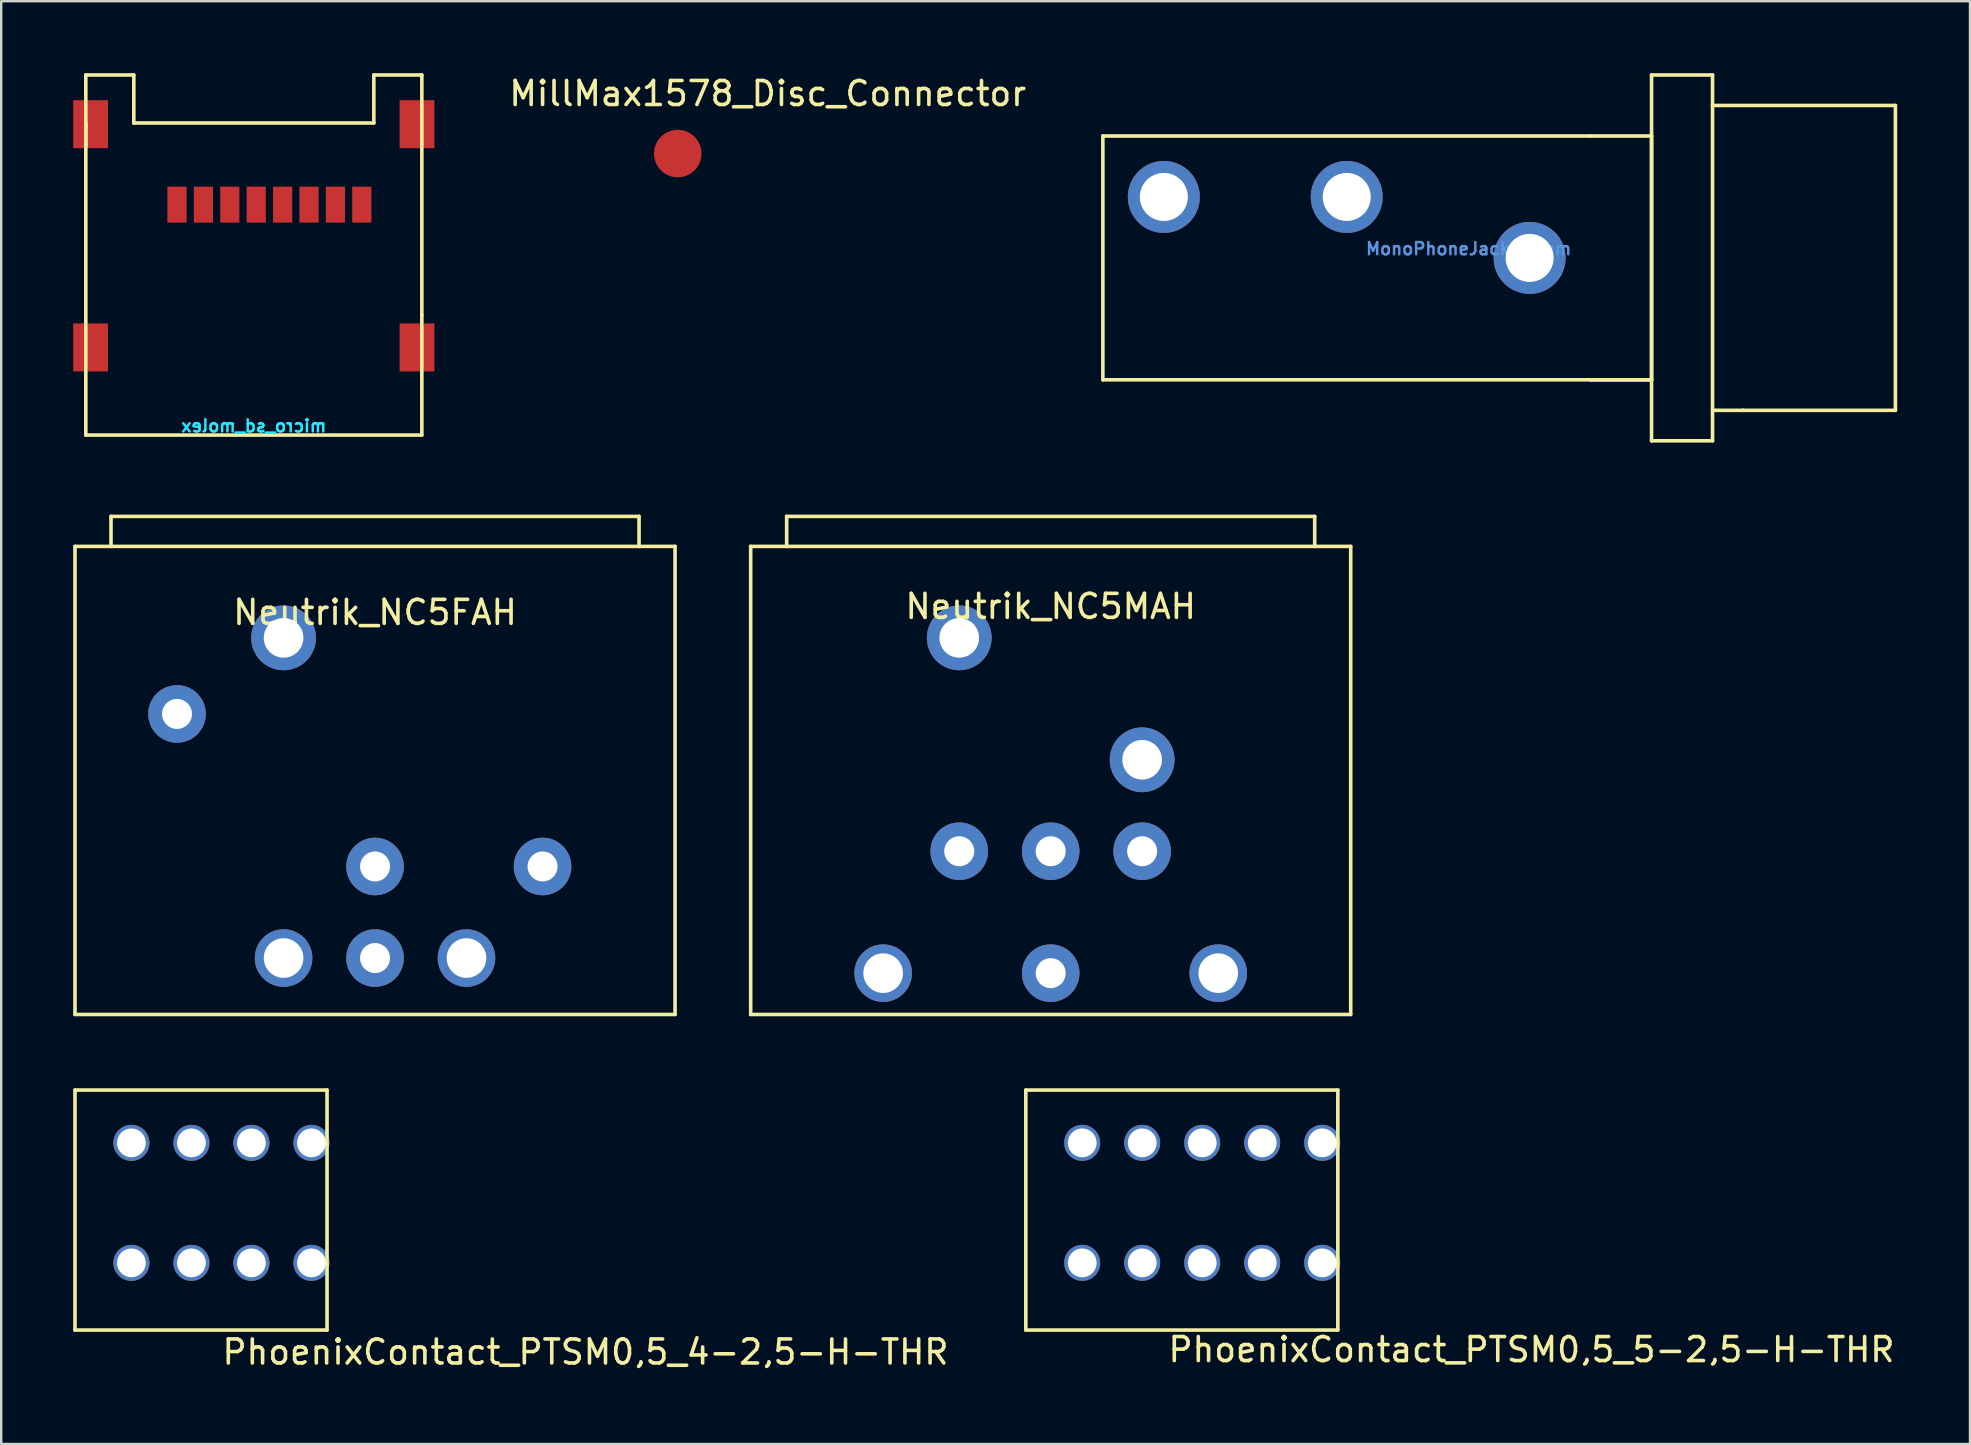
<source format=kicad_pcb>
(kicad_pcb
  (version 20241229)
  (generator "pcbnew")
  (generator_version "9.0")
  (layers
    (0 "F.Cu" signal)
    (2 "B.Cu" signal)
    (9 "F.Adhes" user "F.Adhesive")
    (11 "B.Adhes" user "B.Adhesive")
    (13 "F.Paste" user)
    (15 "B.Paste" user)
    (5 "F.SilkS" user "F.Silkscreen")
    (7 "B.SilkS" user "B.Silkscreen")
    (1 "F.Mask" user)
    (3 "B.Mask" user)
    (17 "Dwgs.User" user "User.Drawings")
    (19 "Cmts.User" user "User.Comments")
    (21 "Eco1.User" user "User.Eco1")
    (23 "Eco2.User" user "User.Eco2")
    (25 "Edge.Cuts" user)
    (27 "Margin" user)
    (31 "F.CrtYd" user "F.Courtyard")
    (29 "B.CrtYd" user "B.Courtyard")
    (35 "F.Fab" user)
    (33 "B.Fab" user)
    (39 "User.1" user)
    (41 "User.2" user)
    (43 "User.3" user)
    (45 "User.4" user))
  (footprint "micro_sd_molex"
    (layer "F.Cu")
    (at 7.525 15.075)
    (property "Reference" "micro_sd_molex" (at 0 -0.381 0) (layer "B.CrtYd") (effects (font (size 0.508 0.508) (thickness 0.102)) (justify mirror)))
    (attr smd)
    (fp_line (start -7 -15) (end -7 -12) (stroke (width 0.15) (type solid)) (layer "F.SilkS"))
    (fp_line (start -7 -13) (end -7 0) (stroke (width 0.15) (type solid)) (layer "F.SilkS"))
    (fp_line (start -7 0) (end 7 0) (stroke (width 0.15) (type solid)) (layer "F.SilkS"))
    (fp_line (start -5 -15) (end -7 -15) (stroke (width 0.15) (type solid)) (layer "F.SilkS"))
    (fp_line (start -5 -13) (end -5 -15) (stroke (width 0.15) (type solid)) (layer "F.SilkS"))
    (fp_line (start 5 -15) (end 5 -13) (stroke (width 0.15) (type solid)) (layer "F.SilkS"))
    (fp_line (start 5 -13) (end -5 -13) (stroke (width 0.15) (type solid)) (layer "F.SilkS"))
    (fp_line (start 7 -15) (end 5 -15) (stroke (width 0.15) (type solid)) (layer "F.SilkS"))
    (fp_line (start 7 -5) (end 7 -15) (stroke (width 0.15) (type solid)) (layer "F.SilkS"))
    (fp_line (start 7 0) (end 7 -5) (stroke (width 0.15) (type solid)) (layer "F.SilkS"))
    (pad "1" smd rect (at 4.5 -9.6) (size 0.8 1.5) (layers "F.Cu" "F.Mask" "F.Paste"))
    (pad "2" smd rect (at 3.4 -9.6) (size 0.8 1.5) (layers "F.Cu" "F.Mask" "F.Paste"))
    (pad "3" smd rect (at 2.3 -9.6) (size 0.8 1.5) (layers "F.Cu" "F.Mask" "F.Paste"))
    (pad "4" smd rect (at 1.2 -9.6) (size 0.8 1.5) (layers "F.Cu" "F.Mask" "F.Paste"))
    (pad "5" smd rect (at 0.1 -9.6) (size 0.8 1.5) (layers "F.Cu" "F.Mask" "F.Paste"))
    (pad "6" smd rect (at -1 -9.6) (size 0.8 1.5) (layers "F.Cu" "F.Mask" "F.Paste"))
    (pad "7" smd rect (at -2.1 -9.6) (size 0.8 1.5) (layers "F.Cu" "F.Mask" "F.Paste"))
    (pad "8" smd rect (at -3.2 -9.6) (size 0.8 1.5) (layers "F.Cu" "F.Mask" "F.Paste"))
    (pad "14" smd rect (at -6.8 -12.95) (size 1.45 2) (layers "F.Cu" "F.Mask" "F.Paste"))
    (pad "14" smd rect (at -6.8 -3.65) (size 1.45 2) (layers "F.Cu" "F.Mask" "F.Paste"))
    (pad "14" smd rect (at 6.8 -12.95) (size 1.45 2) (layers "F.Cu" "F.Mask" "F.Paste"))
    (pad "14" smd rect (at 6.8 -3.65) (size 1.45 2) (layers "F.Cu" "F.Mask" "F.Paste")))
  (footprint "Neutrik_NC5FAH"
    (layer "F.Cu")
    (at 12.575 29.465)
    (property "Reference" "Neutrik_NC5FAH" (at 0 -7 180) (layer "F.SilkS") (effects (font (size 1 1) (thickness 0.15))))
    (attr through_hole)
    (fp_line (start -12.5 -9.75) (end 12.5 -9.75) (stroke (width 0.15) (type solid)) (layer "F.SilkS"))
    (fp_line (start -12.5 9.75) (end -12.5 -9.75) (stroke (width 0.15) (type solid)) (layer "F.SilkS"))
    (fp_line (start -12.5 9.75) (end 12.5 9.75) (stroke (width 0.15) (type solid)) (layer "F.SilkS"))
    (fp_line (start -11 -11) (end -11 -9.75) (stroke (width 0.15) (type solid)) (layer "F.SilkS"))
    (fp_line (start 11 -11) (end -11 -11) (stroke (width 0.15) (type solid)) (layer "F.SilkS"))
    (fp_line (start 11 -11) (end 11 -9.75) (stroke (width 0.15) (type solid)) (layer "F.SilkS"))
    (fp_line (start 12.5 -9.75) (end 12.5 9.75) (stroke (width 0.15) (type solid)) (layer "F.SilkS"))
    (pad "" np_thru_hole circle (at -3.81 -5.94) (size 2.7 2.7) (drill 1.65) (layers "*.Cu" "*.Mask"))
    (pad "1" thru_hole circle (at -3.81 7.4) (size 2.4 2.4) (drill 1.65) (layers "*.Cu" "*.Mask"))
    (pad "2" thru_hole circle (at 0 3.585) (size 2.4 2.4) (drill 1.25) (layers "*.Cu" "*.Mask"))
    (pad "3" thru_hole circle (at 0 7.4) (size 2.4 2.4) (drill 1.25) (layers "*.Cu" "*.Mask"))
    (pad "4" thru_hole circle (at 6.98 3.585) (size 2.4 2.4) (drill 1.25) (layers "*.Cu" "*.Mask"))
    (pad "5" thru_hole circle (at 3.81 7.4) (size 2.4 2.4) (drill 1.65) (layers "*.Cu" "*.Mask"))
    (pad "6" thru_hole circle (at -8.25 -2.77) (size 2.4 2.4) (drill 1.25) (layers "*.Cu" "*.Mask")))
  (footprint "MillMax1578_Disc_Connector"
    (layer "F.Cu")
    (at 25.187 3.348)
    (property "Reference" "MillMax1578_Disc_Connector" (at 3.75 -2.5 0) (layer "F.SilkS") (effects (font (size 1 1) (thickness 0.15))))
    (attr smd)
    (pad "1" smd circle (at 0 0) (size 1.98 1.98) (layers "F.Cu" "F.Mask" "F.Paste")))
  (footprint "MonoPhoneJack6.3mm"
    (layer "F.Cu")
    (at 58.139 7.695)
    (property "Reference" "MonoPhoneJack6.3mm" (at 0 -0.381 0) (layer "Cmts.User") (effects (font (size 0.508 0.508) (thickness 0.102))))
    (attr smd)
    (fp_line (start -15.24 -5.08) (end -15.24 5.08) (stroke (width 0.15) (type solid)) (layer "F.SilkS"))
    (fp_line (start -15.24 -5.08) (end 5.08 -5.08) (stroke (width 0.15) (type solid)) (layer "F.SilkS"))
    (fp_line (start -15.24 5.08) (end 5.08 5.08) (stroke (width 0.15) (type solid)) (layer "F.SilkS"))
    (fp_line (start 5.08 -5.08) (end 7.62 -5.08) (stroke (width 0.15) (type solid)) (layer "F.SilkS"))
    (fp_line (start 5.08 5.08) (end 7.62 5.08) (stroke (width 0.15) (type solid)) (layer "F.SilkS"))
    (fp_line (start 7.62 -7.62) (end 7.62 7.62) (stroke (width 0.15) (type solid)) (layer "F.SilkS"))
    (fp_line (start 7.62 -5.08) (end 7.62 5.08) (stroke (width 0.15) (type solid)) (layer "F.SilkS"))
    (fp_line (start 7.62 5.08) (end 5.08 5.08) (stroke (width 0.15) (type solid)) (layer "F.SilkS"))
    (fp_line (start 7.62 7.62) (end 10.16 7.62) (stroke (width 0.15) (type solid)) (layer "F.SilkS"))
    (fp_line (start 10.16 -7.62) (end 7.62 -7.62) (stroke (width 0.15) (type solid)) (layer "F.SilkS"))
    (fp_line (start 10.16 -6.35) (end 17.78 -6.35) (stroke (width 0.15) (type solid)) (layer "F.SilkS"))
    (fp_line (start 10.16 7.62) (end 10.16 -7.62) (stroke (width 0.15) (type solid)) (layer "F.SilkS"))
    (fp_line (start 11.43 6.35) (end 10.16 6.35) (stroke (width 0.15) (type solid)) (layer "F.SilkS"))
    (fp_line (start 17.78 -6.35) (end 17.78 6.35) (stroke (width 0.15) (type solid)) (layer "F.SilkS"))
    (fp_line (start 17.78 6.35) (end 11.43 6.35) (stroke (width 0.15) (type solid)) (layer "F.SilkS"))
    (pad "1" thru_hole circle (at 2.54 0) (size 3 3) (drill 2) (layers "*.Cu" "*.Mask"))
    (pad "2" thru_hole circle (at -12.7 -2.54) (size 3 3) (drill 2) (layers "*.Cu" "*.Mask"))
    (pad "3" thru_hole circle (at -5.08 -2.54) (size 3 3) (drill 2) (layers "*.Cu" "*.Mask")))
  (footprint "Neutrik_NC5MAH"
    (layer "F.Cu")
    (at 40.725 29.215)
    (property "Reference" "Neutrik_NC5MAH" (at 0 -7 180) (layer "F.SilkS") (effects (font (size 1 1) (thickness 0.15))))
    (attr through_hole)
    (fp_line (start -12.5 -9.5) (end 12.5 -9.5) (stroke (width 0.15) (type solid)) (layer "F.SilkS"))
    (fp_line (start -12.5 10) (end -12.5 -9.5) (stroke (width 0.15) (type solid)) (layer "F.SilkS"))
    (fp_line (start -12.5 10) (end 12.5 10) (stroke (width 0.15) (type solid)) (layer "F.SilkS"))
    (fp_line (start -11 -10.75) (end -11 -9.5) (stroke (width 0.15) (type solid)) (layer "F.SilkS"))
    (fp_line (start 11 -10.75) (end -11 -10.75) (stroke (width 0.15) (type solid)) (layer "F.SilkS"))
    (fp_line (start 11 -10.75) (end 11 -9.5) (stroke (width 0.15) (type solid)) (layer "F.SilkS"))
    (fp_line (start 12.5 -9.5) (end 12.5 10) (stroke (width 0.15) (type solid)) (layer "F.SilkS"))
    (pad "" np_thru_hole circle (at -3.81 -5.69) (size 2.7 2.7) (drill 1.65) (layers "*.Cu" "*.Mask"))
    (pad "" np_thru_hole circle (at 3.81 -0.61) (size 2.7 2.7) (drill 1.65) (layers "*.Cu" "*.Mask"))
    (pad "1" thru_hole circle (at -6.98 8.28) (size 2.4 2.4) (drill 1.65) (layers "*.Cu" "*.Mask"))
    (pad "2" thru_hole circle (at 3.81 3.2) (size 2.4 2.4) (drill 1.25) (layers "*.Cu" "*.Mask"))
    (pad "3" thru_hole circle (at 0 8.28) (size 2.4 2.4) (drill 1.25) (layers "*.Cu" "*.Mask"))
    (pad "4" thru_hole circle (at -3.81 3.2) (size 2.4 2.4) (drill 1.25) (layers "*.Cu" "*.Mask"))
    (pad "5" thru_hole circle (at 6.98 8.28) (size 2.4 2.4) (drill 1.65) (layers "*.Cu" "*.Mask"))
    (pad "6" thru_hole circle (at 0 3.2) (size 2.4 2.4) (drill 1.25) (layers "*.Cu" "*.Mask")))
  (footprint "PhoenixContact_PTSM0,5_5-2,5-H-THR"
    (layer "F.Cu")
    (at 47.038 47.065)
    (property "Reference" "PhoenixContact_PTSM0,5_5-2,5-H-THR" (at -1.5 6.7 0) (layer "F.SilkS") (effects (font (size 1 1) (thickness 0.15)) (justify left bottom)))
    (attr smd)
    (fp_line (start -7.35 -4.7) (end 5.65 -4.7) (stroke (width 0.15) (type solid)) (layer "F.SilkS"))
    (fp_line (start -7.35 5.3) (end -7.35 -4.7) (stroke (width 0.15) (type solid)) (layer "F.SilkS"))
    (fp_line (start -7.35 5.3) (end 5.65 5.3) (stroke (width 0.15) (type solid)) (layer "F.SilkS"))
    (fp_line (start 5.65 5.3) (end 5.65 -4.7) (stroke (width 0.15) (type solid)) (layer "F.SilkS"))
    (pad "1" thru_hole circle (at -5 -2.5) (size 1.5 1.5) (drill 1.2) (layers "*.Cu" "*.Mask"))
    (pad "1" thru_hole circle (at -5 2.5) (size 1.5 1.5) (drill 1.2) (layers "*.Cu" "*.Mask"))
    (pad "2" thru_hole circle (at -2.5 -2.5) (size 1.5 1.5) (drill 1.2) (layers "*.Cu" "*.Mask"))
    (pad "2" thru_hole circle (at -2.5 2.5) (size 1.5 1.5) (drill 1.2) (layers "*.Cu" "*.Mask"))
    (pad "3" thru_hole circle (at 0 -2.5) (size 1.5 1.5) (drill 1.2) (layers "*.Cu" "*.Mask"))
    (pad "3" thru_hole circle (at 0 2.5) (size 1.5 1.5) (drill 1.2) (layers "*.Cu" "*.Mask"))
    (pad "4" thru_hole circle (at 2.5 -2.5) (size 1.5 1.5) (drill 1.2) (layers "*.Cu" "*.Mask"))
    (pad "4" thru_hole circle (at 2.5 2.5) (size 1.5 1.5) (drill 1.2) (layers "*.Cu" "*.Mask"))
    (pad "5" thru_hole circle (at 5 -2.5) (size 1.5 1.5) (drill 1.2) (layers "*.Cu" "*.Mask"))
    (pad "5" thru_hole circle (at 5 2.5) (size 1.5 1.5) (drill 1.2) (layers "*.Cu" "*.Mask")))
  (footprint "PhoenixContact_PTSM0,5_4-2,5-H-THR"
    (layer "F.Cu")
    (at 6.125 47.065)
    (property "Reference" "PhoenixContact_PTSM0,5_4-2,5-H-THR" (at 0 6.8 0) (layer "F.SilkS") (effects (font (size 1 1) (thickness 0.15)) (justify left bottom)))
    (attr smd)
    (fp_line (start -6.05 -4.7) (end 4.45 -4.7) (stroke (width 0.15) (type solid)) (layer "F.SilkS"))
    (fp_line (start -6.05 5.3) (end -6.05 -4.7) (stroke (width 0.15) (type solid)) (layer "F.SilkS"))
    (fp_line (start -6.05 5.3) (end 4.45 5.3) (stroke (width 0.15) (type solid)) (layer "F.SilkS"))
    (fp_line (start 4.45 5.3) (end 4.45 -4.7) (stroke (width 0.15) (type solid)) (layer "F.SilkS"))
    (pad "1" thru_hole circle (at -3.7 -2.5) (size 1.5 1.5) (drill 1.2) (layers "*.Cu" "*.Mask"))
    (pad "1" thru_hole circle (at -3.7 2.5) (size 1.5 1.5) (drill 1.2) (layers "*.Cu" "*.Mask"))
    (pad "2" thru_hole circle (at -1.2 -2.5) (size 1.5 1.5) (drill 1.2) (layers "*.Cu" "*.Mask"))
    (pad "2" thru_hole circle (at -1.2 2.5) (size 1.5 1.5) (drill 1.2) (layers "*.Cu" "*.Mask"))
    (pad "3" thru_hole circle (at 1.3 -2.5) (size 1.5 1.5) (drill 1.2) (layers "*.Cu" "*.Mask"))
    (pad "3" thru_hole circle (at 1.3 2.5) (size 1.5 1.5) (drill 1.2) (layers "*.Cu" "*.Mask"))
    (pad "4" thru_hole circle (at 3.8 -2.5) (size 1.5 1.5) (drill 1.2) (layers "*.Cu" "*.Mask"))
    (pad "4" thru_hole circle (at 3.8 2.5) (size 1.5 1.5) (drill 1.2) (layers "*.Cu" "*.Mask")))
  (gr_rect
    (start -3 -3)
    (end 79.026 57.111)
    (stroke (width 0.1) (type default))
    (fill no)
    (layer "Edge.Cuts")))
</source>
